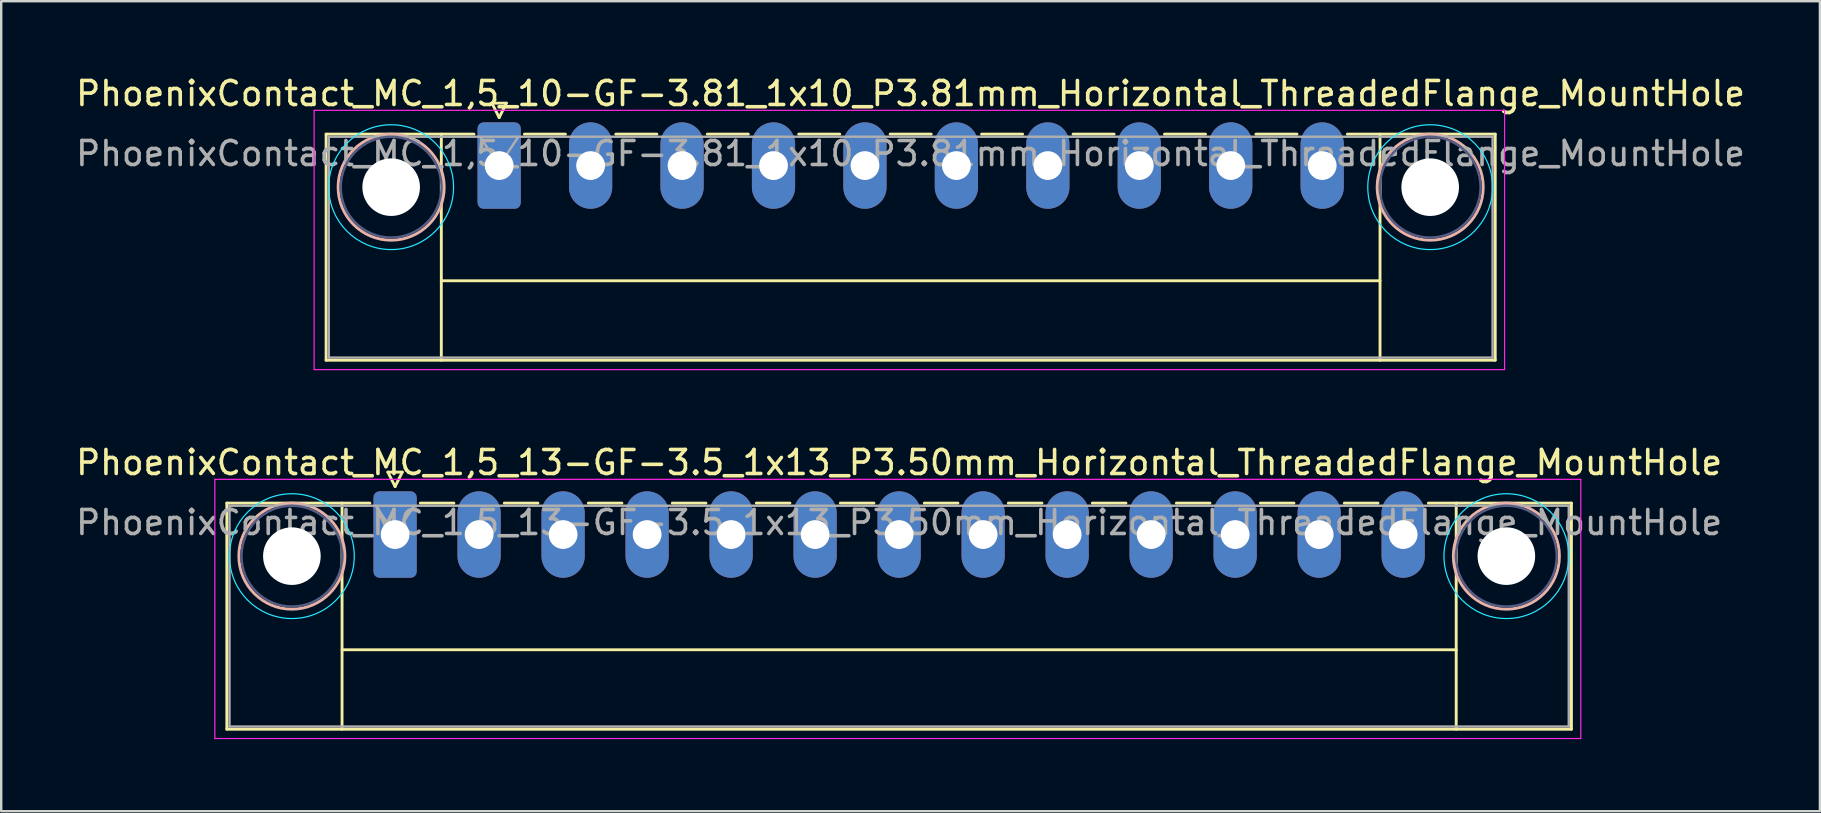
<source format=kicad_pcb>
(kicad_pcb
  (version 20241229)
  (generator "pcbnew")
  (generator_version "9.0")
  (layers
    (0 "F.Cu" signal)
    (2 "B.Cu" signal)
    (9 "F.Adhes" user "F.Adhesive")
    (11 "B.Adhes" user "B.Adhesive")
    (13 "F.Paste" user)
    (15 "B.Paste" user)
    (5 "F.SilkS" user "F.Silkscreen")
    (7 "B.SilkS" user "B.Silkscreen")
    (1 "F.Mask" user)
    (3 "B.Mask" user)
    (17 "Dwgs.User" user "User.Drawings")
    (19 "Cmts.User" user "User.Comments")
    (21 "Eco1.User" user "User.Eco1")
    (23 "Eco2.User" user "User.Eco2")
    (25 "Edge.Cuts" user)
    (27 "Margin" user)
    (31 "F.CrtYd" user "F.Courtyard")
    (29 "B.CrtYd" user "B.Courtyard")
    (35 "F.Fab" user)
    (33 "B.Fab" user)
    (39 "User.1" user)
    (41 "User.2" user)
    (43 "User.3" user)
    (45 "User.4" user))
  (footprint "PhoenixContact_MC_1,5_13-GF-3.5_1x13_P3.50mm_Horizontal_ThreadedFlange_MountHole"
    (layer "F.Cu")
    (at 13.411 19.221)
    (property "Reference" "PhoenixContact_MC_1,5_13-GF-3.5_1x13_P3.50mm_Horizontal_ThreadedFlange_MountHole" (at 21 -3 0) (layer "F.SilkS") (effects (font (size 1 1) (thickness 0.15))))
    (attr through_hole)
    (fp_line (start -7.01 -1.31) (end -7.01 8.11) (stroke (width 0.12) (type solid)) (layer "F.SilkS"))
    (fp_line (start -7.01 -1.31) (end -1.05 -1.31) (stroke (width 0.12) (type solid)) (layer "F.SilkS"))
    (fp_line (start -7.01 8.11) (end 49.01 8.11) (stroke (width 0.12) (type solid)) (layer "F.SilkS"))
    (fp_line (start -2.21 -1.31) (end -2.21 8.11) (stroke (width 0.12) (type solid)) (layer "F.SilkS"))
    (fp_line (start -2.21 4.8) (end 44.21 4.8) (stroke (width 0.12) (type solid)) (layer "F.SilkS"))
    (fp_line (start -0.3 -2.6) (end 0.3 -2.6) (stroke (width 0.12) (type solid)) (layer "F.SilkS"))
    (fp_line (start 0 -2) (end -0.3 -2.6) (stroke (width 0.12) (type solid)) (layer "F.SilkS"))
    (fp_line (start 0.3 -2.6) (end 0 -2) (stroke (width 0.12) (type solid)) (layer "F.SilkS"))
    (fp_line (start 1.05 -1.31) (end 2.45 -1.31) (stroke (width 0.12) (type solid)) (layer "F.SilkS"))
    (fp_line (start 4.55 -1.31) (end 5.95 -1.31) (stroke (width 0.12) (type solid)) (layer "F.SilkS"))
    (fp_line (start 8.05 -1.31) (end 9.45 -1.31) (stroke (width 0.12) (type solid)) (layer "F.SilkS"))
    (fp_line (start 11.55 -1.31) (end 12.95 -1.31) (stroke (width 0.12) (type solid)) (layer "F.SilkS"))
    (fp_line (start 15.05 -1.31) (end 16.45 -1.31) (stroke (width 0.12) (type solid)) (layer "F.SilkS"))
    (fp_line (start 18.55 -1.31) (end 19.95 -1.31) (stroke (width 0.12) (type solid)) (layer "F.SilkS"))
    (fp_line (start 22.05 -1.31) (end 23.45 -1.31) (stroke (width 0.12) (type solid)) (layer "F.SilkS"))
    (fp_line (start 25.55 -1.31) (end 26.95 -1.31) (stroke (width 0.12) (type solid)) (layer "F.SilkS"))
    (fp_line (start 29.05 -1.31) (end 30.45 -1.31) (stroke (width 0.12) (type solid)) (layer "F.SilkS"))
    (fp_line (start 32.55 -1.31) (end 33.95 -1.31) (stroke (width 0.12) (type solid)) (layer "F.SilkS"))
    (fp_line (start 36.05 -1.31) (end 37.45 -1.31) (stroke (width 0.12) (type solid)) (layer "F.SilkS"))
    (fp_line (start 39.55 -1.31) (end 40.95 -1.31) (stroke (width 0.12) (type solid)) (layer "F.SilkS"))
    (fp_line (start 44.21 -1.31) (end 44.21 8.11) (stroke (width 0.12) (type solid)) (layer "F.SilkS"))
    (fp_line (start 49.01 -1.31) (end 43.05 -1.31) (stroke (width 0.12) (type solid)) (layer "F.SilkS"))
    (fp_line (start 49.01 8.11) (end 49.01 -1.31) (stroke (width 0.12) (type solid)) (layer "F.SilkS"))
    (fp_circle (center -4.3 0.9) (end -2.09 0.9) (stroke (width 0.12) (type solid)) (fill no) (layer "B.SilkS"))
    (fp_circle (center 46.3 0.9) (end 48.51 0.9) (stroke (width 0.12) (type solid)) (fill no) (layer "B.SilkS"))
    (fp_circle (center -4.3 0.9) (end -1.7 0.9) (stroke (width 0.05) (type solid)) (fill no) (layer "B.CrtYd"))
    (fp_circle (center 46.3 0.9) (end 48.9 0.9) (stroke (width 0.05) (type solid)) (fill no) (layer "B.CrtYd"))
    (fp_line (start -7.51 -2.3) (end -7.51 8.5) (stroke (width 0.05) (type solid)) (layer "F.CrtYd"))
    (fp_line (start -7.51 8.5) (end 49.4 8.5) (stroke (width 0.05) (type solid)) (layer "F.CrtYd"))
    (fp_line (start 49.4 -2.3) (end -7.51 -2.3) (stroke (width 0.05) (type solid)) (layer "F.CrtYd"))
    (fp_line (start 49.4 8.5) (end 49.4 -2.3) (stroke (width 0.05) (type solid)) (layer "F.CrtYd"))
    (fp_circle (center -4.3 0.9) (end -2.2 0.9) (stroke (width 0.1) (type solid)) (fill no) (layer "B.Fab"))
    (fp_circle (center 46.3 0.9) (end 48.4 0.9) (stroke (width 0.1) (type solid)) (fill no) (layer "B.Fab"))
    (fp_line (start -6.9 -1.2) (end -6.9 8) (stroke (width 0.1) (type solid)) (layer "F.Fab"))
    (fp_line (start -6.9 8) (end 48.9 8) (stroke (width 0.1) (type solid)) (layer "F.Fab"))
    (fp_line (start 0 0) (end -0.8 -1.2) (stroke (width 0.1) (type solid)) (layer "F.Fab"))
    (fp_line (start 0.8 -1.2) (end 0 0) (stroke (width 0.1) (type solid)) (layer "F.Fab"))
    (fp_line (start 48.9 -1.2) (end -6.9 -1.2) (stroke (width 0.1) (type solid)) (layer "F.Fab"))
    (fp_line (start 48.9 8) (end 48.9 -1.2) (stroke (width 0.1) (type solid)) (layer "F.Fab"))
    (fp_text user "${REFERENCE}" (at 21 -0.5 0) (layer "F.Fab") (effects (font (size 1 1) (thickness 0.15))))
    (pad "" np_thru_hole circle (at -4.3 0.9) (size 2.4 2.4) (drill 2.4) (layers "*.Cu" "*.Mask"))
    (pad "" np_thru_hole circle (at 46.3 0.9) (size 2.4 2.4) (drill 2.4) (layers "*.Cu" "*.Mask"))
    (pad "1" thru_hole roundrect (at 0 0) (size 1.8 3.6) (drill 1.2) (layers "*.Cu" "*.Mask") (roundrect_rratio 0.139))
    (pad "2" thru_hole oval (at 3.5 0) (size 1.8 3.6) (drill 1.2) (layers "*.Cu" "*.Mask"))
    (pad "3" thru_hole oval (at 7 0) (size 1.8 3.6) (drill 1.2) (layers "*.Cu" "*.Mask"))
    (pad "4" thru_hole oval (at 10.5 0) (size 1.8 3.6) (drill 1.2) (layers "*.Cu" "*.Mask"))
    (pad "5" thru_hole oval (at 14 0) (size 1.8 3.6) (drill 1.2) (layers "*.Cu" "*.Mask"))
    (pad "6" thru_hole oval (at 17.5 0) (size 1.8 3.6) (drill 1.2) (layers "*.Cu" "*.Mask"))
    (pad "7" thru_hole oval (at 21 0) (size 1.8 3.6) (drill 1.2) (layers "*.Cu" "*.Mask"))
    (pad "8" thru_hole oval (at 24.5 0) (size 1.8 3.6) (drill 1.2) (layers "*.Cu" "*.Mask"))
    (pad "9" thru_hole oval (at 28 0) (size 1.8 3.6) (drill 1.2) (layers "*.Cu" "*.Mask"))
    (pad "10" thru_hole oval (at 31.5 0) (size 1.8 3.6) (drill 1.2) (layers "*.Cu" "*.Mask"))
    (pad "11" thru_hole oval (at 35 0) (size 1.8 3.6) (drill 1.2) (layers "*.Cu" "*.Mask"))
    (pad "12" thru_hole oval (at 38.5 0) (size 1.8 3.6) (drill 1.2) (layers "*.Cu" "*.Mask"))
    (pad "13" thru_hole oval (at 42 0) (size 1.8 3.6) (drill 1.2) (layers "*.Cu" "*.Mask")))
  (footprint "PhoenixContact_MC_1,5_10-GF-3.81_1x10_P3.81mm_Horizontal_ThreadedFlange_MountHole"
    (layer "F.Cu")
    (at 17.747 3.848)
    (property "Reference" "PhoenixContact_MC_1,5_10-GF-3.81_1x10_P3.81mm_Horizontal_ThreadedFlange_MountHole" (at 17.14 -3 0) (layer "F.SilkS") (effects (font (size 1 1) (thickness 0.15))))
    (attr through_hole)
    (fp_line (start -7.21 -1.31) (end -7.21 8.11) (stroke (width 0.12) (type solid)) (layer "F.SilkS"))
    (fp_line (start -7.21 -1.31) (end -1.05 -1.31) (stroke (width 0.12) (type solid)) (layer "F.SilkS"))
    (fp_line (start -7.21 8.11) (end 41.5 8.11) (stroke (width 0.12) (type solid)) (layer "F.SilkS"))
    (fp_line (start -2.41 -1.31) (end -2.41 8.11) (stroke (width 0.12) (type solid)) (layer "F.SilkS"))
    (fp_line (start -2.41 4.8) (end 36.7 4.8) (stroke (width 0.12) (type solid)) (layer "F.SilkS"))
    (fp_line (start -0.3 -2.6) (end 0.3 -2.6) (stroke (width 0.12) (type solid)) (layer "F.SilkS"))
    (fp_line (start 0 -2) (end -0.3 -2.6) (stroke (width 0.12) (type solid)) (layer "F.SilkS"))
    (fp_line (start 0.3 -2.6) (end 0 -2) (stroke (width 0.12) (type solid)) (layer "F.SilkS"))
    (fp_line (start 1.05 -1.31) (end 2.76 -1.31) (stroke (width 0.12) (type solid)) (layer "F.SilkS"))
    (fp_line (start 4.86 -1.31) (end 6.57 -1.31) (stroke (width 0.12) (type solid)) (layer "F.SilkS"))
    (fp_line (start 8.67 -1.31) (end 10.38 -1.31) (stroke (width 0.12) (type solid)) (layer "F.SilkS"))
    (fp_line (start 12.48 -1.31) (end 14.19 -1.31) (stroke (width 0.12) (type solid)) (layer "F.SilkS"))
    (fp_line (start 16.29 -1.31) (end 18 -1.31) (stroke (width 0.12) (type solid)) (layer "F.SilkS"))
    (fp_line (start 20.1 -1.31) (end 21.81 -1.31) (stroke (width 0.12) (type solid)) (layer "F.SilkS"))
    (fp_line (start 23.91 -1.31) (end 25.62 -1.31) (stroke (width 0.12) (type solid)) (layer "F.SilkS"))
    (fp_line (start 27.72 -1.31) (end 29.43 -1.31) (stroke (width 0.12) (type solid)) (layer "F.SilkS"))
    (fp_line (start 31.53 -1.31) (end 33.24 -1.31) (stroke (width 0.12) (type solid)) (layer "F.SilkS"))
    (fp_line (start 36.7 -1.31) (end 36.7 8.11) (stroke (width 0.12) (type solid)) (layer "F.SilkS"))
    (fp_line (start 41.5 -1.31) (end 35.34 -1.31) (stroke (width 0.12) (type solid)) (layer "F.SilkS"))
    (fp_line (start 41.5 8.11) (end 41.5 -1.31) (stroke (width 0.12) (type solid)) (layer "F.SilkS"))
    (fp_circle (center -4.5 0.9) (end -2.29 0.9) (stroke (width 0.12) (type solid)) (fill no) (layer "B.SilkS"))
    (fp_circle (center 38.79 0.9) (end 41 0.9) (stroke (width 0.12) (type solid)) (fill no) (layer "B.SilkS"))
    (fp_circle (center -4.5 0.9) (end -1.9 0.9) (stroke (width 0.05) (type solid)) (fill no) (layer "B.CrtYd"))
    (fp_circle (center 38.79 0.9) (end 41.39 0.9) (stroke (width 0.05) (type solid)) (fill no) (layer "B.CrtYd"))
    (fp_line (start -7.71 -2.3) (end -7.71 8.5) (stroke (width 0.05) (type solid)) (layer "F.CrtYd"))
    (fp_line (start -7.71 8.5) (end 41.89 8.5) (stroke (width 0.05) (type solid)) (layer "F.CrtYd"))
    (fp_line (start 41.89 -2.3) (end -7.71 -2.3) (stroke (width 0.05) (type solid)) (layer "F.CrtYd"))
    (fp_line (start 41.89 8.5) (end 41.89 -2.3) (stroke (width 0.05) (type solid)) (layer "F.CrtYd"))
    (fp_circle (center -4.5 0.9) (end -2.4 0.9) (stroke (width 0.1) (type solid)) (fill no) (layer "B.Fab"))
    (fp_circle (center 38.79 0.9) (end 40.89 0.9) (stroke (width 0.1) (type solid)) (fill no) (layer "B.Fab"))
    (fp_line (start -7.1 -1.2) (end -7.1 8) (stroke (width 0.1) (type solid)) (layer "F.Fab"))
    (fp_line (start -7.1 8) (end 41.39 8) (stroke (width 0.1) (type solid)) (layer "F.Fab"))
    (fp_line (start 0 0) (end -0.8 -1.2) (stroke (width 0.1) (type solid)) (layer "F.Fab"))
    (fp_line (start 0.8 -1.2) (end 0 0) (stroke (width 0.1) (type solid)) (layer "F.Fab"))
    (fp_line (start 41.39 -1.2) (end -7.1 -1.2) (stroke (width 0.1) (type solid)) (layer "F.Fab"))
    (fp_line (start 41.39 8) (end 41.39 -1.2) (stroke (width 0.1) (type solid)) (layer "F.Fab"))
    (fp_text user "${REFERENCE}" (at 17.14 -0.5 0) (layer "F.Fab") (effects (font (size 1 1) (thickness 0.15))))
    (pad "" np_thru_hole circle (at -4.5 0.9) (size 2.4 2.4) (drill 2.4) (layers "*.Cu" "*.Mask"))
    (pad "" np_thru_hole circle (at 38.79 0.9) (size 2.4 2.4) (drill 2.4) (layers "*.Cu" "*.Mask"))
    (pad "1" thru_hole roundrect (at 0 0) (size 1.8 3.6) (drill 1.2) (layers "*.Cu" "*.Mask") (roundrect_rratio 0.139))
    (pad "2" thru_hole oval (at 3.81 0) (size 1.8 3.6) (drill 1.2) (layers "*.Cu" "*.Mask"))
    (pad "3" thru_hole oval (at 7.62 0) (size 1.8 3.6) (drill 1.2) (layers "*.Cu" "*.Mask"))
    (pad "4" thru_hole oval (at 11.43 0) (size 1.8 3.6) (drill 1.2) (layers "*.Cu" "*.Mask"))
    (pad "5" thru_hole oval (at 15.24 0) (size 1.8 3.6) (drill 1.2) (layers "*.Cu" "*.Mask"))
    (pad "6" thru_hole oval (at 19.05 0) (size 1.8 3.6) (drill 1.2) (layers "*.Cu" "*.Mask"))
    (pad "7" thru_hole oval (at 22.86 0) (size 1.8 3.6) (drill 1.2) (layers "*.Cu" "*.Mask"))
    (pad "8" thru_hole oval (at 26.67 0) (size 1.8 3.6) (drill 1.2) (layers "*.Cu" "*.Mask"))
    (pad "9" thru_hole oval (at 30.48 0) (size 1.8 3.6) (drill 1.2) (layers "*.Cu" "*.Mask"))
    (pad "10" thru_hole oval (at 34.29 0) (size 1.8 3.6) (drill 1.2) (layers "*.Cu" "*.Mask")))
  (gr_rect
    (start -3 -3)
    (end 72.774 30.747)
    (stroke (width 0.1) (type default))
    (fill no)
    (layer "Edge.Cuts")))
</source>
